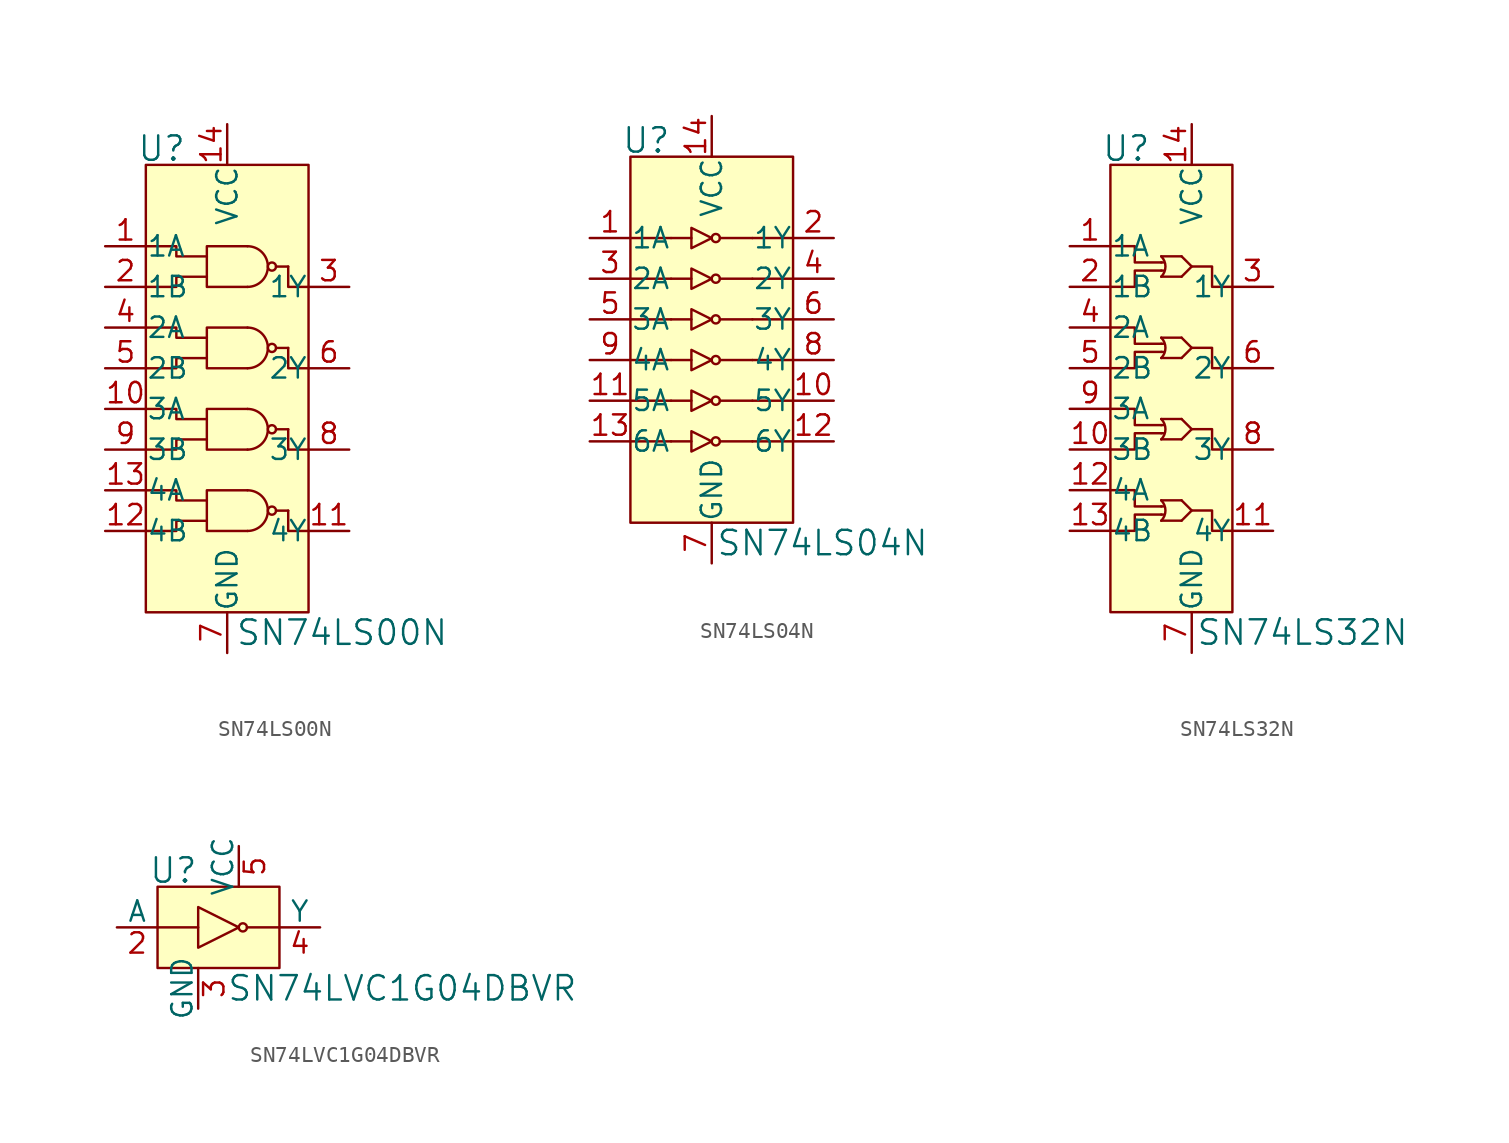
<source format=kicad_sym>
(kicad_symbol_lib
  (version 20201005)
  (generator kicad_symbol_editor)
  (symbol "SN74LS00N"
    (pin_names
      (offset 0.025))
    (property "Reference" "U"
      (at -5.08 11.176 0)
      (effects (font (size 1.524 1.524)) (justify right)))
    (property "Value" "SN74LS00N"
      (at -2.032 -19.05 0)
      (effects (font (size 1.524 1.524)) (justify left)))
    (symbol "SN74LS00N_0_1"
      (arc (start -1.27 -12.7) (end -1.27 -10.16) (radius (at -1.27 -11.43) (length 1.27) (angles -89.9 89.9)) (stroke (width 0)) (fill (type none)))
      (arc (start -1.27 -7.62) (end -1.27 -5.08) (radius (at -1.27 -6.35) (length 1.27) (angles -89.9 89.9)) (stroke (width 0)) (fill (type none)))
      (arc (start -1.27 -2.54) (end -1.27 0) (radius (at -1.27 -1.27) (length 1.27) (angles -89.9 89.9)) (stroke (width 0)) (fill (type none)))
      (arc (start -1.27 2.54) (end -1.27 5.08) (radius (at -1.27 3.81) (length 1.27) (angles -89.9 89.9)) (stroke (width 0)) (fill (type none)))
      (circle (center 0.254 -11.43) (radius 0.254) (stroke (width 0)) (fill (type none)))
      (circle (center 0.254 -6.35) (radius 0.254) (stroke (width 0)) (fill (type none)))
      (circle (center 0.254 -1.27) (radius 0.254) (stroke (width 0)) (fill (type none)))
      (circle (center 0.254 3.81) (radius 0.254) (stroke (width 0)) (fill (type none)))
      (rectangle (start -7.62 10.16) (end 2.54 -17.78) (stroke (width 0)) (fill (type background)))
      (polyline (pts (xy 0.508 -11.43) (xy 1.27 -11.43)) (stroke (width 0)) (fill (type none)))
      (polyline (pts (xy 0.508 3.81) (xy 1.27 3.81)) (stroke (width 0)) (fill (type none)))
      (polyline (pts (xy 1.27 -6.35) (xy 0.508 -6.35)) (stroke (width 0)) (fill (type none)))
      (polyline (pts (xy 1.27 -1.27) (xy 0.508 -1.27)) (stroke (width 0)) (fill (type none)))
      (polyline (pts (xy 1.27 -11.43) (xy 1.27 -12.7) (xy 2.54 -12.7)) (stroke (width 0)) (fill (type none)))
      (polyline (pts (xy 1.27 -6.35) (xy 1.27 -7.62) (xy 2.54 -7.62)) (stroke (width 0)) (fill (type none)))
      (polyline (pts (xy 1.27 -1.27) (xy 1.27 -2.54) (xy 2.54 -2.54)) (stroke (width 0)) (fill (type none)))
      (polyline (pts (xy 1.27 3.81) (xy 1.27 2.54) (xy 2.54 2.54)) (stroke (width 0)) (fill (type none)))
      (polyline (pts (xy -7.62 -12.7) (xy -5.715 -12.7) (xy -5.715 -12.065) (xy -3.81 -12.065)) (stroke (width 0)) (fill (type none)))
      (polyline (pts (xy -7.62 -7.62) (xy -5.715 -7.62) (xy -5.715 -6.985) (xy -3.81 -6.985)) (stroke (width 0)) (fill (type none)))
      (polyline (pts (xy -7.62 -2.54) (xy -5.715 -2.54) (xy -5.715 -1.905) (xy -3.81 -1.905)) (stroke (width 0)) (fill (type none)))
      (polyline (pts (xy -3.81 -10.795) (xy -5.715 -10.795) (xy -5.715 -10.16) (xy -7.62 -10.16)) (stroke (width 0)) (fill (type none)))
      (polyline (pts (xy -3.81 -5.715) (xy -5.715 -5.715) (xy -5.715 -5.08) (xy -7.62 -5.08)) (stroke (width 0)) (fill (type none)))
      (polyline (pts (xy -3.81 -0.635) (xy -5.715 -0.635) (xy -5.715 0) (xy -7.62 0)) (stroke (width 0)) (fill (type none)))
      (polyline (pts (xy -3.81 3.175) (xy -5.715 3.175) (xy -5.715 2.54) (xy -7.62 2.54)) (stroke (width 0)) (fill (type none)))
      (polyline (pts (xy -3.81 4.445) (xy -5.715 4.445) (xy -5.715 5.08) (xy -7.62 5.08)) (stroke (width 0)) (fill (type none)))
      (polyline (pts (xy -1.27 -10.16) (xy -3.81 -10.16) (xy -3.81 -12.7) (xy -1.27 -12.7)) (stroke (width 0)) (fill (type none)))
      (polyline (pts (xy -1.27 -5.08) (xy -3.81 -5.08) (xy -3.81 -7.62) (xy -1.27 -7.62)) (stroke (width 0)) (fill (type none)))
      (polyline (pts (xy -1.27 0) (xy -3.81 0) (xy -3.81 -2.54) (xy -1.27 -2.54)) (stroke (width 0)) (fill (type none)))
      (polyline (pts (xy -1.27 5.08) (xy -3.81 5.08) (xy -3.81 2.54) (xy -1.27 2.54)) (stroke (width 0)) (fill (type none))))
    (symbol "SN74LS00N_1_1"
      (pin input line (at -10.16 5.08 0) (length 2.54) (name "1A" (effects (font (size 1.27 1.27)))) (number "1" (effects (font (size 1.27 1.27)))))
      (pin input line (at -10.16 2.54 0) (length 2.54) (name "1B" (effects (font (size 1.27 1.27)))) (number "2" (effects (font (size 1.27 1.27)))))
      (pin output line (at 5.08 2.54 180) (length 2.54) (name "1Y" (effects (font (size 1.27 1.27)))) (number "3" (effects (font (size 1.27 1.27)))))
      (pin input line (at -10.16 0 0) (length 2.54) (name "2A" (effects (font (size 1.27 1.27)))) (number "4" (effects (font (size 1.27 1.27)))))
      (pin input line (at -10.16 -2.54 0) (length 2.54) (name "2B" (effects (font (size 1.27 1.27)))) (number "5" (effects (font (size 1.27 1.27)))))
      (pin output line (at 5.08 -2.54 180) (length 2.54) (name "2Y" (effects (font (size 1.27 1.27)))) (number "6" (effects (font (size 1.27 1.27)))))
      (pin power_in line (at -2.54 -20.32 90) (length 2.54) (name "GND" (effects (font (size 1.27 1.27)))) (number "7" (effects (font (size 1.27 1.27)))))
      (pin output line (at 5.08 -7.62 180) (length 2.54) (name "3Y" (effects (font (size 1.27 1.27)))) (number "8" (effects (font (size 1.27 1.27)))))
      (pin input line (at -10.16 -7.62 0) (length 2.54) (name "3B" (effects (font (size 1.27 1.27)))) (number "9" (effects (font (size 1.27 1.27)))))
      (pin input line (at -10.16 -5.08 0) (length 2.54) (name "3A" (effects (font (size 1.27 1.27)))) (number "10" (effects (font (size 1.27 1.27)))))
      (pin output line (at 5.08 -12.7 180) (length 2.54) (name "4Y" (effects (font (size 1.27 1.27)))) (number "11" (effects (font (size 1.27 1.27)))))
      (pin input line (at -10.16 -12.7 0) (length 2.54) (name "4B" (effects (font (size 1.27 1.27)))) (number "12" (effects (font (size 1.27 1.27)))))
      (pin input line (at -10.16 -10.16 0) (length 2.54) (name "4A" (effects (font (size 1.27 1.27)))) (number "13" (effects (font (size 1.27 1.27)))))
      (pin power_in line (at -2.54 12.7 270) (length 2.54) (name "VCC" (effects (font (size 1.27 1.27)))) (number "14" (effects (font (size 1.27 1.27)))))))
  (symbol "SN74LS04N"
    (pin_names
      (offset 0.025))
    (property "Reference" "U"
      (at -2.54 13.716 0)
      (effects (font (size 1.524 1.524)) (justify right)))
    (property "Value" "SN74LS04N"
      (at 0.254 -11.43 0)
      (effects (font (size 1.524 1.524)) (justify left)))
    (symbol "SN74LS04N_0_1"
      (circle (center 0.254 -5.08) (radius 0.254) (stroke (width 0)) (fill (type none)))
      (circle (center 0.254 -2.54) (radius 0.254) (stroke (width 0)) (fill (type none)))
      (circle (center 0.254 0) (radius 0.254) (stroke (width 0)) (fill (type none)))
      (circle (center 0.254 2.54) (radius 0.254) (stroke (width 0)) (fill (type none)))
      (circle (center 0.254 5.08) (radius 0.254) (stroke (width 0)) (fill (type none)))
      (circle (center 0.254 7.62) (radius 0.254) (stroke (width 0)) (fill (type none)))
      (rectangle (start -5.08 12.7) (end 5.08 -10.16) (stroke (width 0)) (fill (type background)))
      (polyline (pts (xy -2.54 -5.08) (xy -5.08 -5.08)) (stroke (width 0)) (fill (type none)))
      (polyline (pts (xy -2.54 -2.54) (xy -5.08 -2.54)) (stroke (width 0)) (fill (type none)))
      (polyline (pts (xy -2.54 -2.54) (xy -1.27 -2.54)) (stroke (width 0)) (fill (type none)))
      (polyline (pts (xy -2.54 0) (xy -5.08 0)) (stroke (width 0)) (fill (type none)))
      (polyline (pts (xy -2.54 2.54) (xy -5.08 2.54)) (stroke (width 0)) (fill (type none)))
      (polyline (pts (xy -2.54 2.54) (xy -1.27 2.54)) (stroke (width 0)) (fill (type none)))
      (polyline (pts (xy -2.54 5.08) (xy -5.08 5.08)) (stroke (width 0)) (fill (type none)))
      (polyline (pts (xy -2.54 7.62) (xy -5.08 7.62)) (stroke (width 0)) (fill (type none)))
      (polyline (pts (xy -1.27 -5.08) (xy -2.54 -5.08)) (stroke (width 0)) (fill (type none)))
      (polyline (pts (xy -1.27 0) (xy -2.54 0)) (stroke (width 0)) (fill (type none)))
      (polyline (pts (xy -1.27 5.08) (xy -2.54 5.08)) (stroke (width 0)) (fill (type none)))
      (polyline (pts (xy -1.27 7.62) (xy -2.54 7.62)) (stroke (width 0)) (fill (type none)))
      (polyline (pts (xy 0.508 -5.08) (xy 2.54 -5.08)) (stroke (width 0)) (fill (type none)))
      (polyline (pts (xy 0.508 0) (xy 2.54 0)) (stroke (width 0)) (fill (type none)))
      (polyline (pts (xy 0.508 2.54) (xy 2.54 2.54)) (stroke (width 0)) (fill (type none)))
      (polyline (pts (xy 0.508 5.08) (xy 2.54 5.08)) (stroke (width 0)) (fill (type none)))
      (polyline (pts (xy 2.54 -2.54) (xy 0.508 -2.54)) (stroke (width 0)) (fill (type none)))
      (polyline (pts (xy 2.54 7.62) (xy 0.508 7.62)) (stroke (width 0)) (fill (type none)))
      (polyline (pts (xy 5.08 -5.08) (xy 2.54 -5.08)) (stroke (width 0)) (fill (type none)))
      (polyline (pts (xy 5.08 -2.54) (xy 2.54 -2.54)) (stroke (width 0)) (fill (type none)))
      (polyline (pts (xy 5.08 0) (xy 2.54 0)) (stroke (width 0)) (fill (type none)))
      (polyline (pts (xy 5.08 2.54) (xy 2.54 2.54)) (stroke (width 0)) (fill (type none)))
      (polyline (pts (xy 5.08 5.08) (xy 2.54 5.08)) (stroke (width 0)) (fill (type none)))
      (polyline (pts (xy 5.08 7.62) (xy 2.54 7.62)) (stroke (width 0)) (fill (type none)))
      (polyline (pts (xy -1.27 -4.445) (xy -1.27 -5.715) (xy 0 -5.08) (xy -1.27 -4.445)) (stroke (width 0)) (fill (type none)))
      (polyline (pts (xy -1.27 -1.905) (xy -1.27 -3.175) (xy 0 -2.54) (xy -1.27 -1.905)) (stroke (width 0)) (fill (type none)))
      (polyline (pts (xy -1.27 0.635) (xy -1.27 -0.635) (xy 0 0) (xy -1.27 0.635)) (stroke (width 0)) (fill (type none)))
      (polyline (pts (xy -1.27 3.175) (xy -1.27 1.905) (xy 0 2.54) (xy -1.27 3.175)) (stroke (width 0)) (fill (type none)))
      (polyline (pts (xy -1.27 5.715) (xy -1.27 4.445) (xy 0 5.08) (xy -1.27 5.715)) (stroke (width 0)) (fill (type none)))
      (polyline (pts (xy -1.27 8.255) (xy -1.27 6.985) (xy 0 7.62) (xy -1.27 8.255)) (stroke (width 0)) (fill (type none))))
    (symbol "SN74LS04N_1_1"
      (pin input line (at -7.62 7.62 0) (length 2.54) (name "1A" (effects (font (size 1.27 1.27)))) (number "1" (effects (font (size 1.27 1.27)))))
      (pin output line (at 7.62 7.62 180) (length 2.54) (name "1Y" (effects (font (size 1.27 1.27)))) (number "2" (effects (font (size 1.27 1.27)))))
      (pin input line (at -7.62 5.08 0) (length 2.54) (name "2A" (effects (font (size 1.27 1.27)))) (number "3" (effects (font (size 1.27 1.27)))))
      (pin output line (at 7.62 5.08 180) (length 2.54) (name "2Y" (effects (font (size 1.27 1.27)))) (number "4" (effects (font (size 1.27 1.27)))))
      (pin input line (at -7.62 2.54 0) (length 2.54) (name "3A" (effects (font (size 1.27 1.27)))) (number "5" (effects (font (size 1.27 1.27)))))
      (pin output line (at 7.62 2.54 180) (length 2.54) (name "3Y" (effects (font (size 1.27 1.27)))) (number "6" (effects (font (size 1.27 1.27)))))
      (pin power_in line (at 0 -12.7 90) (length 2.54) (name "GND" (effects (font (size 1.27 1.27)))) (number "7" (effects (font (size 1.27 1.27)))))
      (pin output line (at 7.62 0 180) (length 2.54) (name "4Y" (effects (font (size 1.27 1.27)))) (number "8" (effects (font (size 1.27 1.27)))))
      (pin input line (at -7.62 0 0) (length 2.54) (name "4A" (effects (font (size 1.27 1.27)))) (number "9" (effects (font (size 1.27 1.27)))))
      (pin output line (at 7.62 -2.54 180) (length 2.54) (name "5Y" (effects (font (size 1.27 1.27)))) (number "10" (effects (font (size 1.27 1.27)))))
      (pin input line (at -7.62 -2.54 0) (length 2.54) (name "5A" (effects (font (size 1.27 1.27)))) (number "11" (effects (font (size 1.27 1.27)))))
      (pin output line (at 7.62 -5.08 180) (length 2.54) (name "6Y" (effects (font (size 1.27 1.27)))) (number "12" (effects (font (size 1.27 1.27)))))
      (pin input line (at -7.62 -5.08 0) (length 2.54) (name "6A" (effects (font (size 1.27 1.27)))) (number "13" (effects (font (size 1.27 1.27)))))
      (pin power_in line (at 0 15.24 270) (length 2.54) (name "VCC" (effects (font (size 1.27 1.27)))) (number "14" (effects (font (size 1.27 1.27)))))))
  (symbol "SN74LS32N"
    (pin_names
      (offset 0.025))
    (property "Reference" "U"
      (at -2.54 8.636 0)
      (effects (font (size 1.524 1.524)) (justify right)))
    (property "Value" "SN74LS32N"
      (at 0.254 -21.59 0)
      (effects (font (size 1.524 1.524)) (justify left)))
    (symbol "SN74LS32N_0_1"
      (arc (start -1.905 -13.335) (end -1.905 -14.605) (radius (at -2.54 -13.97) (length 0.889) (angles 45 -45)) (stroke (width 0)) (fill (type none)))
      (arc (start -1.905 -8.255) (end -1.905 -9.525) (radius (at -2.54 -8.89) (length 0.889) (angles 45 -45)) (stroke (width 0)) (fill (type none)))
      (arc (start -1.905 -3.175) (end -1.905 -4.445) (radius (at -2.54 -3.81) (length 0.889) (angles 45 -45)) (stroke (width 0)) (fill (type none)))
      (arc (start -1.905 1.905) (end -1.905 0.635) (radius (at -2.54 1.27) (length 0.889) (angles 45 -45)) (stroke (width 0)) (fill (type none)))
      (rectangle (start -5.08 7.62) (end 2.54 -20.32) (stroke (width 0)) (fill (type background)))
      (polyline (pts (xy -1.905 -14.224) (xy -1.778 -14.224)) (stroke (width 0)) (fill (type none)))
      (polyline (pts (xy -1.905 -13.716) (xy -1.778 -13.716)) (stroke (width 0)) (fill (type none)))
      (polyline (pts (xy -1.905 -9.144) (xy -1.778 -9.144)) (stroke (width 0)) (fill (type none)))
      (polyline (pts (xy -1.905 -8.636) (xy -1.778 -8.636)) (stroke (width 0)) (fill (type none)))
      (polyline (pts (xy -1.905 -4.064) (xy -1.778 -4.064)) (stroke (width 0)) (fill (type none)))
      (polyline (pts (xy -1.905 -3.556) (xy -1.778 -3.556)) (stroke (width 0)) (fill (type none)))
      (polyline (pts (xy -1.905 1.016) (xy -1.778 1.016)) (stroke (width 0)) (fill (type none)))
      (polyline (pts (xy -1.905 1.524) (xy -1.778 1.524)) (stroke (width 0)) (fill (type none)))
      (polyline (pts (xy -0.635 -14.605) (xy -1.905 -14.605)) (stroke (width 0)) (fill (type none)))
      (polyline (pts (xy -0.635 -13.335) (xy -1.905 -13.335)) (stroke (width 0)) (fill (type none)))
      (polyline (pts (xy -0.635 -9.525) (xy -1.905 -9.525)) (stroke (width 0)) (fill (type none)))
      (polyline (pts (xy -0.635 -8.255) (xy -1.905 -8.255)) (stroke (width 0)) (fill (type none)))
      (polyline (pts (xy -0.635 -4.445) (xy -1.905 -4.445)) (stroke (width 0)) (fill (type none)))
      (polyline (pts (xy -0.635 -3.175) (xy -1.905 -3.175)) (stroke (width 0)) (fill (type none)))
      (polyline (pts (xy -0.635 0.635) (xy -1.905 0.635)) (stroke (width 0)) (fill (type none)))
      (polyline (pts (xy -0.635 1.905) (xy -1.905 1.905)) (stroke (width 0)) (fill (type none)))
      (polyline (pts (xy -0.635 -13.335) (xy 0 -13.97) (xy -0.635 -14.605)) (stroke (width 0)) (fill (type none)))
      (polyline (pts (xy -0.635 -8.255) (xy 0 -8.89) (xy -0.635 -9.525)) (stroke (width 0)) (fill (type none)))
      (polyline (pts (xy -0.635 -3.175) (xy 0 -3.81) (xy -0.635 -4.445)) (stroke (width 0)) (fill (type none)))
      (polyline (pts (xy -0.635 1.905) (xy 0 1.27) (xy -0.635 0.635)) (stroke (width 0)) (fill (type none)))
      (polyline (pts (xy -5.08 -15.24) (xy -3.556 -15.24) (xy -3.556 -14.224) (xy -1.905 -14.224)) (stroke (width 0)) (fill (type none)))
      (polyline (pts (xy -5.08 -10.16) (xy -3.556 -10.16) (xy -3.556 -9.144) (xy -1.905 -9.144)) (stroke (width 0)) (fill (type none)))
      (polyline (pts (xy -5.08 -5.08) (xy -3.556 -5.08) (xy -3.556 -4.064) (xy -1.905 -4.064)) (stroke (width 0)) (fill (type none)))
      (polyline (pts (xy -5.08 0) (xy -3.556 0) (xy -3.556 1.016) (xy -1.905 1.016)) (stroke (width 0)) (fill (type none)))
      (polyline (pts (xy -1.905 -13.716) (xy -3.556 -13.716) (xy -3.556 -12.7) (xy -5.08 -12.7)) (stroke (width 0)) (fill (type none)))
      (polyline (pts (xy -1.905 -8.636) (xy -3.556 -8.636) (xy -3.556 -7.62) (xy -5.08 -7.62)) (stroke (width 0)) (fill (type none)))
      (polyline (pts (xy -1.905 -3.556) (xy -3.556 -3.556) (xy -3.556 -2.54) (xy -5.08 -2.54)) (stroke (width 0)) (fill (type none)))
      (polyline (pts (xy -1.905 1.524) (xy -3.556 1.524) (xy -3.556 2.54) (xy -5.08 2.54)) (stroke (width 0)) (fill (type none)))
      (polyline (pts (xy 2.54 -15.24) (xy 1.27 -15.24) (xy 1.27 -13.97) (xy 0 -13.97)) (stroke (width 0)) (fill (type none)))
      (polyline (pts (xy 2.54 -10.16) (xy 1.27 -10.16) (xy 1.27 -8.89) (xy 0 -8.89)) (stroke (width 0)) (fill (type none)))
      (polyline (pts (xy 2.54 -5.08) (xy 1.27 -5.08) (xy 1.27 -3.81) (xy 0 -3.81)) (stroke (width 0)) (fill (type none)))
      (polyline (pts (xy 2.54 0) (xy 1.27 0) (xy 1.27 1.27) (xy 0 1.27)) (stroke (width 0)) (fill (type none))))
    (symbol "SN74LS32N_1_1"
      (pin input line (at -7.62 2.54 0) (length 2.54) (name "1A" (effects (font (size 1.27 1.27)))) (number "1" (effects (font (size 1.27 1.27)))))
      (pin input line (at -7.62 0 0) (length 2.54) (name "1B" (effects (font (size 1.27 1.27)))) (number "2" (effects (font (size 1.27 1.27)))))
      (pin output line (at 5.08 0 180) (length 2.54) (name "1Y" (effects (font (size 1.27 1.27)))) (number "3" (effects (font (size 1.27 1.27)))))
      (pin input line (at -7.62 -2.54 0) (length 2.54) (name "2A" (effects (font (size 1.27 1.27)))) (number "4" (effects (font (size 1.27 1.27)))))
      (pin input line (at -7.62 -5.08 0) (length 2.54) (name "2B" (effects (font (size 1.27 1.27)))) (number "5" (effects (font (size 1.27 1.27)))))
      (pin output line (at 5.08 -5.08 180) (length 2.54) (name "2Y" (effects (font (size 1.27 1.27)))) (number "6" (effects (font (size 1.27 1.27)))))
      (pin power_in line (at 0 -22.86 90) (length 2.54) (name "GND" (effects (font (size 1.27 1.27)))) (number "7" (effects (font (size 1.27 1.27)))))
      (pin output line (at 5.08 -10.16 180) (length 2.54) (name "3Y" (effects (font (size 1.27 1.27)))) (number "8" (effects (font (size 1.27 1.27)))))
      (pin input line (at -7.62 -7.62 0) (length 2.54) (name "3A" (effects (font (size 1.27 1.27)))) (number "9" (effects (font (size 1.27 1.27)))))
      (pin input line (at -7.62 -10.16 0) (length 2.54) (name "3B" (effects (font (size 1.27 1.27)))) (number "10" (effects (font (size 1.27 1.27)))))
      (pin output line (at 5.08 -15.24 180) (length 2.54) (name "4Y" (effects (font (size 1.27 1.27)))) (number "11" (effects (font (size 1.27 1.27)))))
      (pin input line (at -7.62 -12.7 0) (length 2.54) (name "4A" (effects (font (size 1.27 1.27)))) (number "12" (effects (font (size 1.27 1.27)))))
      (pin input line (at -7.62 -15.24 0) (length 2.54) (name "4B" (effects (font (size 1.27 1.27)))) (number "13" (effects (font (size 1.27 1.27)))))
      (pin power_in line (at 0 10.16 270) (length 2.54) (name "VCC" (effects (font (size 1.27 1.27)))) (number "14" (effects (font (size 1.27 1.27)))))))
  (symbol "SN74LVC1G04DBVR"
    (pin_names
      (offset 0))
    (property "Reference" "U"
      (at -2.54 3.556 0)
      (effects (font (size 1.524 1.524)) (justify right)))
    (property "Value" "SN74LVC1G04DBVR"
      (at -0.762 -3.81 0)
      (effects (font (size 1.524 1.524)) (justify left)))
    (symbol "SN74LVC1G04DBVR_0_1"
      (circle (center 0.254 0) (radius 0.254) (stroke (width 0)) (fill (type none)))
      (rectangle (start -5.08 2.54) (end 2.54 -2.54) (stroke (width 0)) (fill (type background)))
      (polyline (pts (xy -2.54 0) (xy -5.08 0)) (stroke (width 0)) (fill (type none)))
      (polyline (pts (xy 2.54 0) (xy 0.508 0)) (stroke (width 0)) (fill (type none)))
      (polyline (pts (xy -2.54 1.27) (xy -2.54 -1.27) (xy 0 0) (xy -2.54 1.27)) (stroke (width 0)) (fill (type none))))
    (symbol "SN74LVC1G04DBVR_1_1"
      (pin no_connect line (at -2.54 0 0) (length 2.54) hide (name "NC" (effects (font (size 1.27 1.27)))) (number "1" (effects (font (size 1.27 1.27)))))
      (pin input line (at -7.62 0 0) (length 2.54) (name "A" (effects (font (size 1.27 1.27)))) (number "2" (effects (font (size 1.27 1.27)))))
      (pin power_in line (at -2.54 -5.08 90) (length 2.54) (name "GND" (effects (font (size 1.27 1.27)))) (number "3" (effects (font (size 1.27 1.27)))))
      (pin output line (at 5.08 0 180) (length 2.54) (name "Y" (effects (font (size 1.27 1.27)))) (number "4" (effects (font (size 1.27 1.27)))))
      (pin power_in line (at 0 5.08 270) (length 2.54) (name "VCC" (effects (font (size 1.27 1.27)))) (number "5" (effects (font (size 1.27 1.27))))))))
</source>
